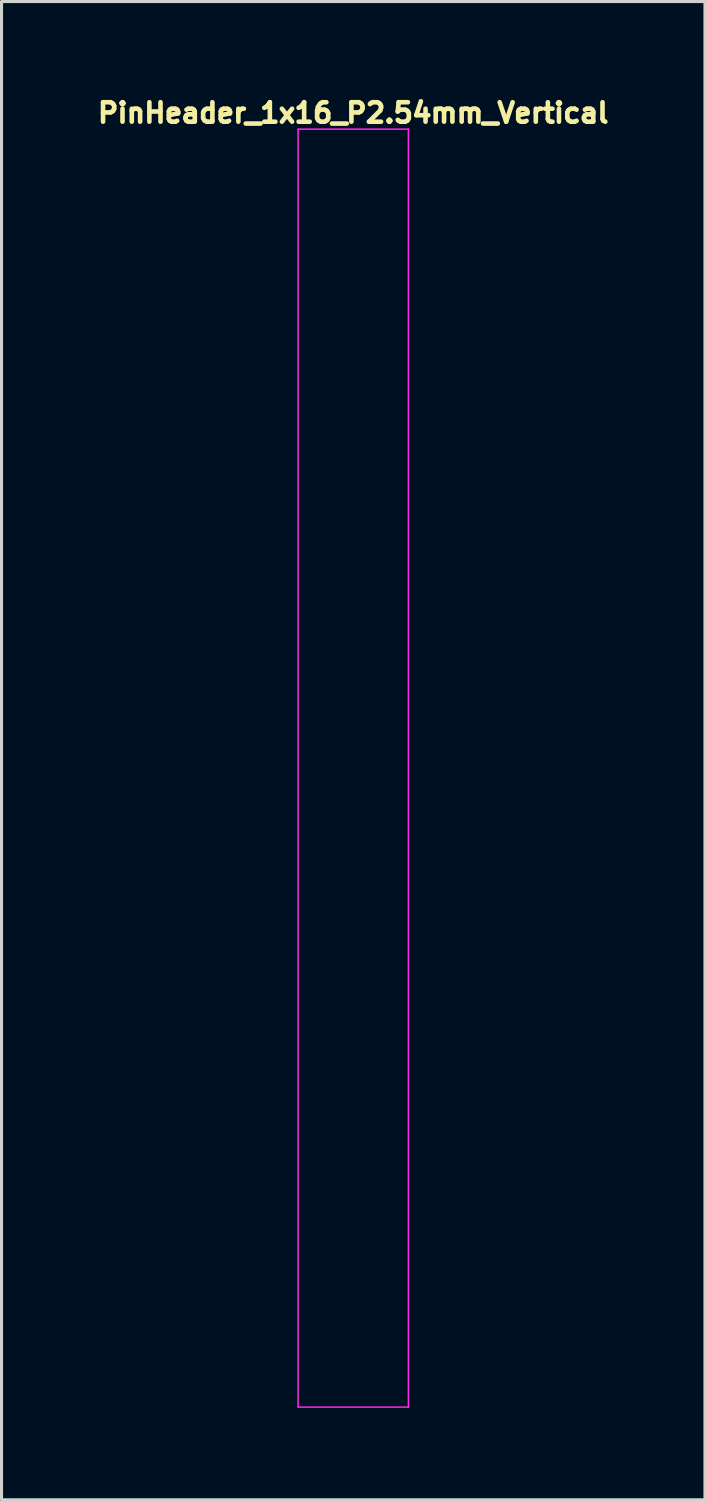
<source format=kicad_pcb>
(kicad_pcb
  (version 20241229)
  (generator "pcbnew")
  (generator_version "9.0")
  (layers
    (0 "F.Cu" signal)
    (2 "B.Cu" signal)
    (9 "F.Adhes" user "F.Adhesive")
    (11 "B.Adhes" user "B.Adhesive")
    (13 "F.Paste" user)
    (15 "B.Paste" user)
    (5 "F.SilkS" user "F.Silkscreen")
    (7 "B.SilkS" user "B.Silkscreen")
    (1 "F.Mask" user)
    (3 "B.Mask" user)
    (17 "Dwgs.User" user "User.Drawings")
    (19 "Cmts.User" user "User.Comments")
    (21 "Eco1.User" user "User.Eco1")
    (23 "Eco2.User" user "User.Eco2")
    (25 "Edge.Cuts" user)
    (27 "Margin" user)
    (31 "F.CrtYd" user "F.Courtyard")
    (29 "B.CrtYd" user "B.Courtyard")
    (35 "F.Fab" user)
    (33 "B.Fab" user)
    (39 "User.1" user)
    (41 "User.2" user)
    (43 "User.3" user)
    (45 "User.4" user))
  (footprint "PinHeader_1x16_P2.54mm_Vertical"
    (layer "F.Cu")
    (at 8.477 2.965)
    (property "Reference" "PinHeader_1x16_P2.54mm_Vertical" (at 0 -2.33 0) (layer "F.SilkS") (effects (font (size 0.635 0.635) (thickness 0.15))))
    (attr through_hole)
    (fp_line (start -1.8 -1.8) (end -1.8 39.9) (stroke (width 0.05) (type solid)) (layer "F.CrtYd"))
    (fp_line (start -1.8 39.9) (end 1.8 39.9) (stroke (width 0.05) (type solid)) (layer "F.CrtYd"))
    (fp_line (start 1.8 -1.8) (end -1.8 -1.8) (stroke (width 0.05) (type solid)) (layer "F.CrtYd"))
    (fp_line (start 1.8 39.9) (end 1.8 -1.8) (stroke (width 0.05) (type solid)) (layer "F.CrtYd")))
  (gr_rect
    (start -3 -3)
    (end 19.954 45.89)
    (stroke (width 0.1) (type default))
    (fill no)
    (layer "Edge.Cuts")))
</source>
